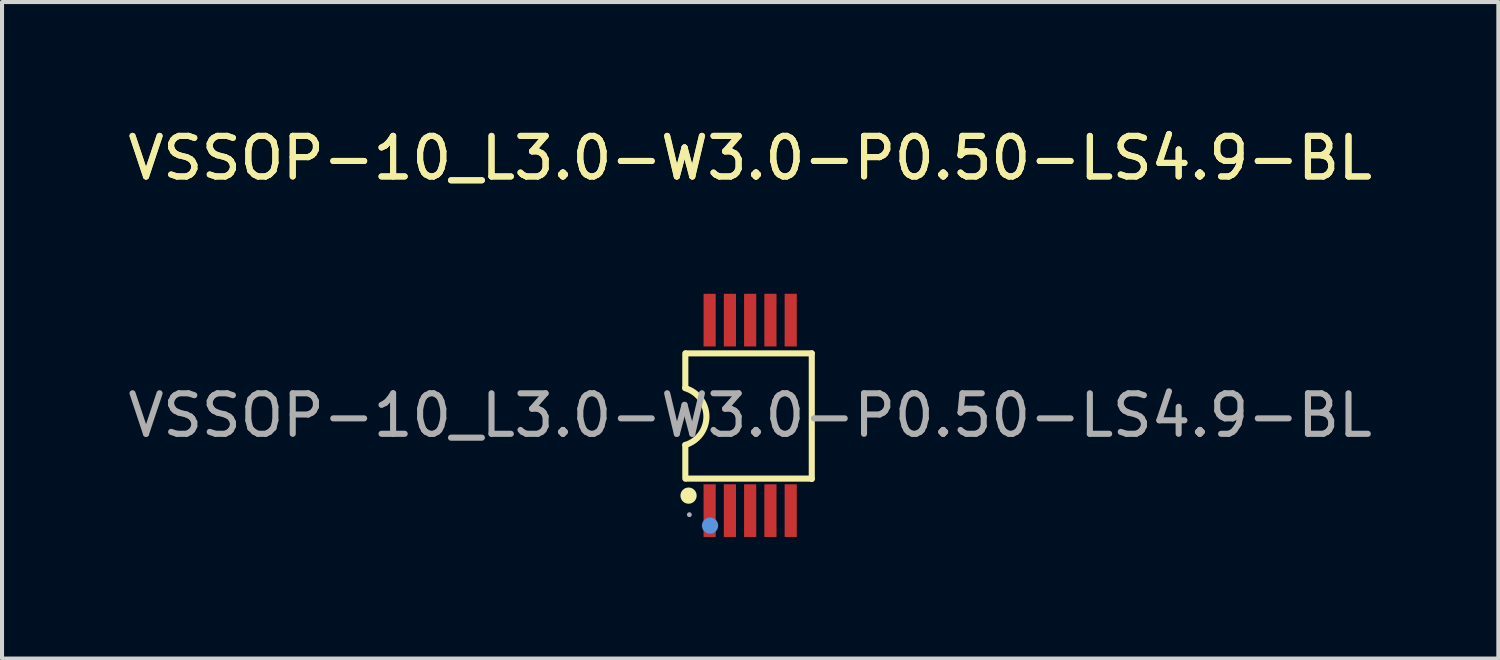
<source format=kicad_pcb>
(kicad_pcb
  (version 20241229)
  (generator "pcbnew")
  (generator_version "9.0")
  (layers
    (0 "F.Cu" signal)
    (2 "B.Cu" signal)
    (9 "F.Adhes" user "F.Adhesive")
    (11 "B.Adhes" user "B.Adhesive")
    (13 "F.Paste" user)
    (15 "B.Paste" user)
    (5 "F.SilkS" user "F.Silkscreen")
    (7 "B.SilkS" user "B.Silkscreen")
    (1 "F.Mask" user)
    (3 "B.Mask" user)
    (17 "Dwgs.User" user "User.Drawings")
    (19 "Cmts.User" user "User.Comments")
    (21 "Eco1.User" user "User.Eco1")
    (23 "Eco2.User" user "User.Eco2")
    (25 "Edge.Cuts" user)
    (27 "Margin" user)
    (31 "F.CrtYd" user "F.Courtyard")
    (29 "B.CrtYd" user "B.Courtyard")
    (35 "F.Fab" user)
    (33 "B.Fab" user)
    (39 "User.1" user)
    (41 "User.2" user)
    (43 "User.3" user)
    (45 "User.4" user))
  (footprint "VSSOP-10_L3.0-W3.0-P0.50-LS4.9-BL"
    (layer "F.Cu")
    (at 15.458 7.198)
    (property "Reference" "VSSOP-10_L3.0-W3.0-P0.50-LS4.9-BL" (at 0 -6.35 0) (layer "F.SilkS") (effects (font (size 1 1) (thickness 0.15))))
    (attr smd)
    (fp_line (start -1.6 -1.53) (end -1.6 -0.7) (stroke (width 0.15) (type solid)) (layer "F.SilkS"))
    (fp_line (start -1.6 0.73) (end -1.6 1.56) (stroke (width 0.15) (type solid)) (layer "F.SilkS"))
    (fp_line (start -1.58 -1.53) (end 1.52 -1.53) (stroke (width 0.15) (type solid)) (layer "F.SilkS"))
    (fp_line (start -1.58 1.56) (end 1.52 1.56) (stroke (width 0.15) (type solid)) (layer "F.SilkS"))
    (fp_line (start 1.52 1.57) (end 1.52 -1.53) (stroke (width 0.15) (type solid)) (layer "F.SilkS"))
    (fp_arc (start -1.605241 -0.671551) (mid -1.079184 0.027267) (end -1.6 0.73) (stroke (width 0.15) (type solid)) (layer "F.SilkS"))
    (fp_circle (center -1.52 1.98) (end -1.42 1.98) (stroke (width 0.2) (type solid)) (fill no) (layer "F.SilkS"))
    (fp_circle (center -0.99 2.72) (end -0.89 2.72) (stroke (width 0.2) (type solid)) (fill no) (layer "Cmts.User"))
    (fp_circle (center -1.5 2.45) (end -1.47 2.45) (stroke (width 0.06) (type solid)) (fill no) (layer "F.Fab"))
    (fp_text user "${REFERENCE}" (at 0 -6.35 0) (layer "F.SilkS") (effects (font (size 1 1) (thickness 0.15))))
    (fp_text user "${REFERENCE}" (at 0 0 0) (layer "F.Fab") (effects (font (size 1 1) (thickness 0.15))))
    (pad "1" smd rect (at -1 2.35) (size 0.3 1.3) (layers "F.Cu" "F.Mask" "F.Paste"))
    (pad "2" smd rect (at -0.5 2.35) (size 0.3 1.3) (layers "F.Cu" "F.Mask" "F.Paste"))
    (pad "3" smd rect (at 0 2.35) (size 0.3 1.3) (layers "F.Cu" "F.Mask" "F.Paste"))
    (pad "4" smd rect (at 0.5 2.35) (size 0.3 1.3) (layers "F.Cu" "F.Mask" "F.Paste"))
    (pad "5" smd rect (at 1 2.35) (size 0.3 1.3) (layers "F.Cu" "F.Mask" "F.Paste"))
    (pad "6" smd rect (at 1 -2.35) (size 0.3 1.3) (layers "F.Cu" "F.Mask" "F.Paste"))
    (pad "7" smd rect (at 0.5 -2.35) (size 0.3 1.3) (layers "F.Cu" "F.Mask" "F.Paste"))
    (pad "8" smd rect (at 0 -2.35) (size 0.3 1.3) (layers "F.Cu" "F.Mask" "F.Paste"))
    (pad "9" smd rect (at -0.5 -2.35) (size 0.3 1.3) (layers "F.Cu" "F.Mask" "F.Paste"))
    (pad "10" smd rect (at -1 -2.35) (size 0.3 1.3) (layers "F.Cu" "F.Mask" "F.Paste")))
  (gr_rect
    (start -3 -3)
    (end 33.917 13.198)
    (stroke (width 0.1) (type default))
    (fill no)
    (layer "Edge.Cuts")))
</source>
